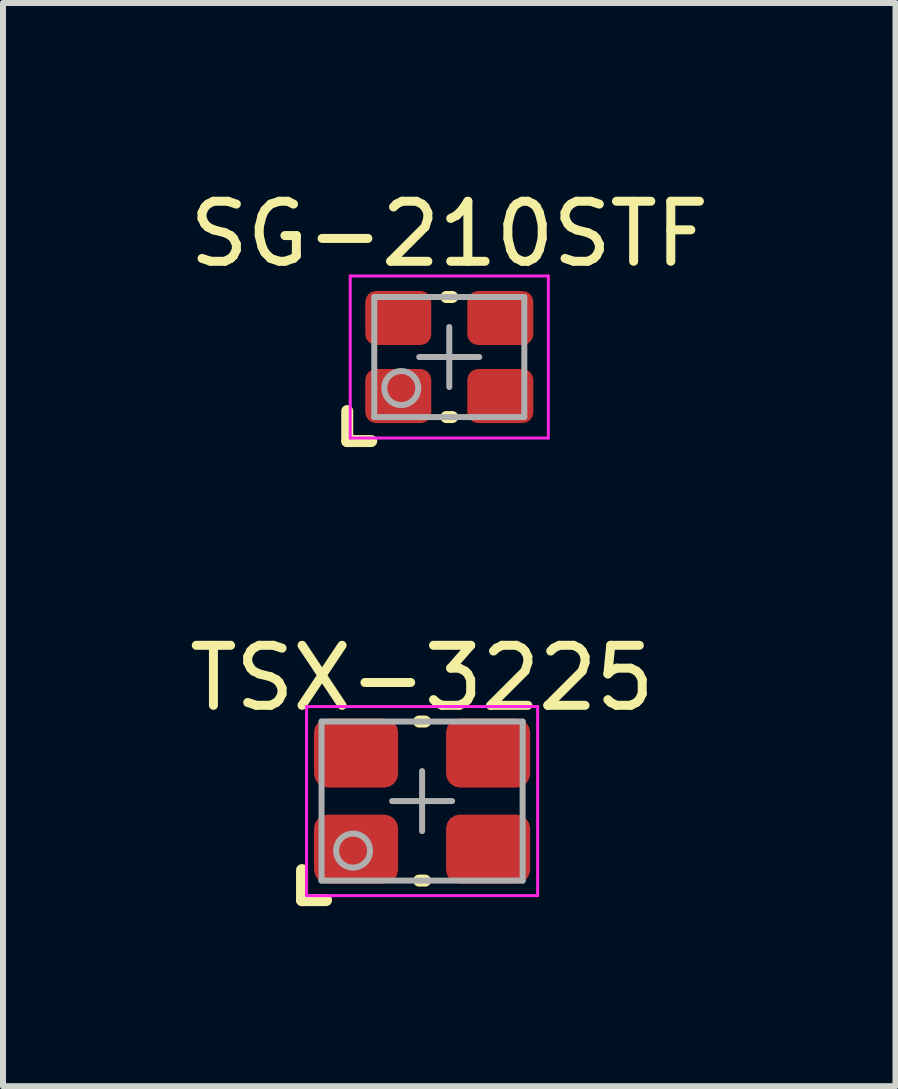
<source format=kicad_pcb>
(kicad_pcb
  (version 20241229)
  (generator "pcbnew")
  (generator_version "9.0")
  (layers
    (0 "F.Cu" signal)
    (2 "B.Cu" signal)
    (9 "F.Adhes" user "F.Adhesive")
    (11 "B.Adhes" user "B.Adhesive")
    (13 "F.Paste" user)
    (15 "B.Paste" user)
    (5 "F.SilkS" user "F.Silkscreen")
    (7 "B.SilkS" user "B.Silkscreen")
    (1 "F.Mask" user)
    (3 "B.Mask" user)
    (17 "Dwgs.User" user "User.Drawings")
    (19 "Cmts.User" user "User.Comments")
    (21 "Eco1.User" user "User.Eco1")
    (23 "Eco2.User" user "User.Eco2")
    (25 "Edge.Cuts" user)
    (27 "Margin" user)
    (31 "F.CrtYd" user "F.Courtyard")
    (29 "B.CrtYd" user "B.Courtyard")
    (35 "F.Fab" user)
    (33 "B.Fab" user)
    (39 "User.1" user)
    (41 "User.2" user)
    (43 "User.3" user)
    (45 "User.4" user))
  (footprint "SG-210STF"
    (layer "F.Cu")
    (at 4.435 2.898)
    (property "Reference" "SG-210STF" (at 0 -2.05 0) (layer "F.SilkS") (effects (font (size 1 1) (thickness 0.15))))
    (attr smd)
    (fp_line (start -1.7 0.9) (end -1.7 1.4) (stroke (width 0.2) (type solid)) (layer "F.SilkS"))
    (fp_line (start -1.7 1.4) (end -1.3 1.4) (stroke (width 0.2) (type solid)) (layer "F.SilkS"))
    (fp_line (start -0.05 -1) (end 0.05 -1) (stroke (width 0.2) (type solid)) (layer "F.SilkS"))
    (fp_line (start -0.05 1) (end 0.05 1) (stroke (width 0.2) (type solid)) (layer "F.SilkS"))
    (fp_line (start -1.65 -1.35) (end 1.65 -1.35) (stroke (width 0.05) (type solid)) (layer "F.CrtYd"))
    (fp_line (start -1.65 1.35) (end -1.65 -1.35) (stroke (width 0.05) (type solid)) (layer "F.CrtYd"))
    (fp_line (start 1.65 -1.35) (end 1.65 1.35) (stroke (width 0.05) (type solid)) (layer "F.CrtYd"))
    (fp_line (start 1.65 1.35) (end -1.65 1.35) (stroke (width 0.05) (type solid)) (layer "F.CrtYd"))
    (fp_line (start -1.25 -1) (end 1.25 -1) (stroke (width 0.1) (type solid)) (layer "F.Fab"))
    (fp_line (start -1.25 1) (end -1.25 -1) (stroke (width 0.1) (type solid)) (layer "F.Fab"))
    (fp_line (start -0.5 0) (end 0.5 0) (stroke (width 0.1) (type solid)) (layer "F.Fab"))
    (fp_line (start 0 -0.5) (end 0 0.5) (stroke (width 0.1) (type solid)) (layer "F.Fab"))
    (fp_line (start 1.25 -1) (end 1.25 1) (stroke (width 0.1) (type solid)) (layer "F.Fab"))
    (fp_line (start 1.25 1) (end -1.25 1) (stroke (width 0.1) (type solid)) (layer "F.Fab"))
    (fp_circle (center -0.8 0.517) (end -0.6 0.717) (stroke (width 0.1) (type solid)) (fill no) (layer "F.Fab"))
    (pad "1" smd roundrect (at -0.85 0.65) (size 1.1 0.9) (layers "F.Cu" "F.Mask" "F.Paste") (roundrect_rratio 0.2))
    (pad "2" smd roundrect (at 0.85 0.65) (size 1.1 0.9) (layers "F.Cu" "F.Mask" "F.Paste") (roundrect_rratio 0.2))
    (pad "3" smd roundrect (at 0.85 -0.65) (size 1.1 0.9) (layers "F.Cu" "F.Mask" "F.Paste") (roundrect_rratio 0.2))
    (pad "4" smd roundrect (at -0.85 -0.65) (size 1.1 0.9) (layers "F.Cu" "F.Mask" "F.Paste") (roundrect_rratio 0.2)))
  (footprint "TSX-3225"
    (layer "F.Cu")
    (at 3.982 10.296)
    (property "Reference" "TSX-3225" (at 0 -2.05 0) (layer "F.SilkS") (effects (font (size 1 1) (thickness 0.15))))
    (attr smd)
    (fp_line (start -2 1.15) (end -2 1.65) (stroke (width 0.2) (type solid)) (layer "F.SilkS"))
    (fp_line (start -2 1.65) (end -1.6 1.65) (stroke (width 0.2) (type solid)) (layer "F.SilkS"))
    (fp_line (start -0.05 -1.325) (end 0.05 -1.325) (stroke (width 0.2) (type solid)) (layer "F.SilkS"))
    (fp_line (start -0.05 1.325) (end 0.05 1.325) (stroke (width 0.2) (type solid)) (layer "F.SilkS"))
    (fp_line (start -1.925 -1.575) (end 1.925 -1.575) (stroke (width 0.05) (type solid)) (layer "F.CrtYd"))
    (fp_line (start -1.925 1.575) (end -1.925 -1.575) (stroke (width 0.05) (type solid)) (layer "F.CrtYd"))
    (fp_line (start 1.925 -1.575) (end 1.925 1.575) (stroke (width 0.05) (type solid)) (layer "F.CrtYd"))
    (fp_line (start 1.925 1.575) (end -1.925 1.575) (stroke (width 0.05) (type solid)) (layer "F.CrtYd"))
    (fp_line (start -1.675 -1.325) (end 1.675 -1.325) (stroke (width 0.1) (type solid)) (layer "F.Fab"))
    (fp_line (start -1.675 1.325) (end -1.675 -1.325) (stroke (width 0.1) (type solid)) (layer "F.Fab"))
    (fp_line (start -0.5 0) (end 0.5 0) (stroke (width 0.1) (type solid)) (layer "F.Fab"))
    (fp_line (start 0 -0.5) (end 0 0.5) (stroke (width 0.1) (type solid)) (layer "F.Fab"))
    (fp_line (start 1.675 -1.325) (end 1.675 1.325) (stroke (width 0.1) (type solid)) (layer "F.Fab"))
    (fp_line (start 1.675 1.325) (end -1.675 1.325) (stroke (width 0.1) (type solid)) (layer "F.Fab"))
    (fp_circle (center -1.15 0.825) (end -0.95 1.025) (stroke (width 0.1) (type solid)) (fill no) (layer "F.Fab"))
    (pad "1" smd roundrect (at -1.1 0.8) (size 1.4 1.15) (layers "F.Cu" "F.Mask" "F.Paste") (roundrect_rratio 0.2))
    (pad "2" smd roundrect (at 1.1 0.8) (size 1.4 1.15) (layers "F.Cu" "F.Mask" "F.Paste") (roundrect_rratio 0.2))
    (pad "3" smd roundrect (at 1.1 -0.8) (size 1.4 1.15) (layers "F.Cu" "F.Mask" "F.Paste") (roundrect_rratio 0.2))
    (pad "4" smd roundrect (at -1.1 -0.8) (size 1.4 1.15) (layers "F.Cu" "F.Mask" "F.Paste") (roundrect_rratio 0.2)))
  (gr_rect
    (start -3 -3)
    (end 11.869 15.046)
    (stroke (width 0.1) (type default))
    (fill no)
    (layer "Edge.Cuts")))
</source>
